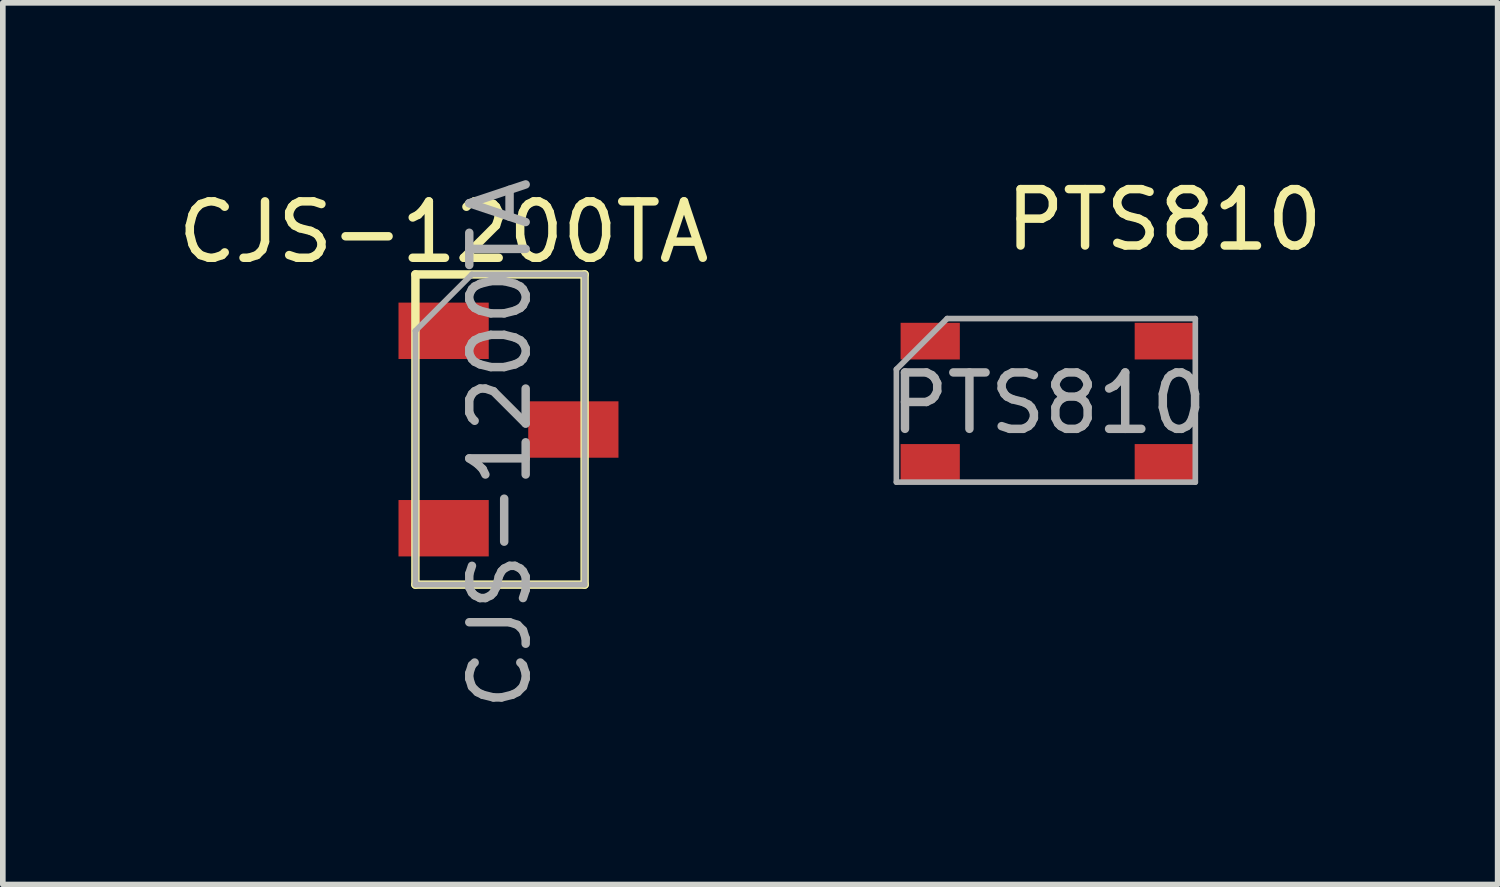
<source format=kicad_pcb>
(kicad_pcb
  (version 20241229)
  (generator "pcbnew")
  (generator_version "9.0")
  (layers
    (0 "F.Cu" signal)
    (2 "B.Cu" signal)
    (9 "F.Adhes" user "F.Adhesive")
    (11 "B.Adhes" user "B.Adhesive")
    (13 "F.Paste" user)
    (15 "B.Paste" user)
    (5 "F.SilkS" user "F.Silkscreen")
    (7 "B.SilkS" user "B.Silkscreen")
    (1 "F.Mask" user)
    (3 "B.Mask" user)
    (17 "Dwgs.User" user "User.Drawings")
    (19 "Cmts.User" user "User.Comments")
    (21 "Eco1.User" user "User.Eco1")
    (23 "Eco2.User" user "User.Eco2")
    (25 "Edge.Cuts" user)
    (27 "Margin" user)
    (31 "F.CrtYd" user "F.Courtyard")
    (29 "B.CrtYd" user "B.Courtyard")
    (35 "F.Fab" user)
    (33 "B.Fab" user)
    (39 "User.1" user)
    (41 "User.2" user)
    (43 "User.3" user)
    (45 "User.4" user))
  (footprint "CJS-1200TA"
    (layer "F.Cu")
    (at 4.815 2.815)
    (property "Reference" "CJS-1200TA" (at 0 -1.75 0) (layer "F.SilkS") (effects (font (size 1 1) (thickness 0.15))))
    (attr through_hole)
    (fp_line (start -0.5 -1) (end -0.5 4.5) (stroke (width 0.15) (type solid)) (layer "F.SilkS"))
    (fp_line (start -0.5 -1) (end 2.5 -1) (stroke (width 0.15) (type solid)) (layer "F.SilkS"))
    (fp_line (start -0.5 4.5) (end 2.5 4.5) (stroke (width 0.15) (type solid)) (layer "F.SilkS"))
    (fp_line (start 2.5 -1) (end 2.5 4.5) (stroke (width 0.15) (type solid)) (layer "F.SilkS"))
    (fp_line (start -0.5 0) (end -0.5 4.5) (stroke (width 0.1) (type default)) (layer "F.Fab"))
    (fp_line (start -0.5 4.5) (end 2.5 4.5) (stroke (width 0.1) (type default)) (layer "F.Fab"))
    (fp_line (start 0.5 -1) (end -0.5 0) (stroke (width 0.1) (type default)) (layer "F.Fab"))
    (fp_line (start 2.5 -1) (end 0.5 -1) (stroke (width 0.1) (type default)) (layer "F.Fab"))
    (fp_line (start 2.5 4.5) (end 2.5 -1) (stroke (width 0.1) (type default)) (layer "F.Fab"))
    (fp_text user "${REFERENCE}" (at 1 2 90) (unlocked yes) (layer "F.Fab") (effects (font (size 1 1) (thickness 0.15))))
    (pad "1" smd rect (at 0 0) (size 1.6 1) (layers "F.Cu" "F.Mask" "F.Paste"))
    (pad "2" smd rect (at 2.3 1.75) (size 1.6 1) (layers "F.Cu" "F.Mask" "F.Paste"))
    (pad "3" smd rect (at 0 3.5) (size 1.6 1) (layers "F.Cu" "F.Mask" "F.Paste")))
  (footprint "PTS810"
    (layer "F.Cu")
    (at 14.642 3.698)
    (property "Reference" "PTS810" (at 2.95 -2.85 0) (layer "F.SilkS") (effects (font (size 1 1) (thickness 0.15))))
    (attr through_hole)
    (fp_line (start -1.8 -0.2) (end -0.9 -1.1) (stroke (width 0.1) (type default)) (layer "F.Fab"))
    (fp_line (start -1.8 1.8) (end -1.8 -0.2) (stroke (width 0.1) (type default)) (layer "F.Fab"))
    (fp_line (start -0.9 -1.1) (end 3.5 -1.1) (stroke (width 0.1) (type default)) (layer "F.Fab"))
    (fp_line (start 3.5 -1.1) (end 3.5 1.8) (stroke (width 0.1) (type default)) (layer "F.Fab"))
    (fp_line (start 3.5 1.8) (end -1.8 1.8) (stroke (width 0.1) (type default)) (layer "F.Fab"))
    (fp_text user "${REFERENCE}" (at 0.9 0.4 0) (layer "F.Fab") (effects (font (size 1 1) (thickness 0.15))))
    (pad "1" smd rect (at -1.2 -0.7) (size 1.05 0.65) (layers "F.Cu" "F.Mask" "F.Paste"))
    (pad "2" smd rect (at 2.95 -0.7) (size 1.05 0.65) (layers "F.Cu" "F.Mask" "F.Paste"))
    (pad "3" smd rect (at -1.2 1.45) (size 1.05 0.65) (layers "F.Cu" "F.Mask" "F.Paste"))
    (pad "4" smd rect (at 2.95 1.45) (size 1.05 0.65) (layers "F.Cu" "F.Mask" "F.Paste")))
  (gr_rect
    (start -3 -3)
    (end 23.502 12.631)
    (stroke (width 0.1) (type default))
    (fill no)
    (layer "Edge.Cuts")))
</source>
